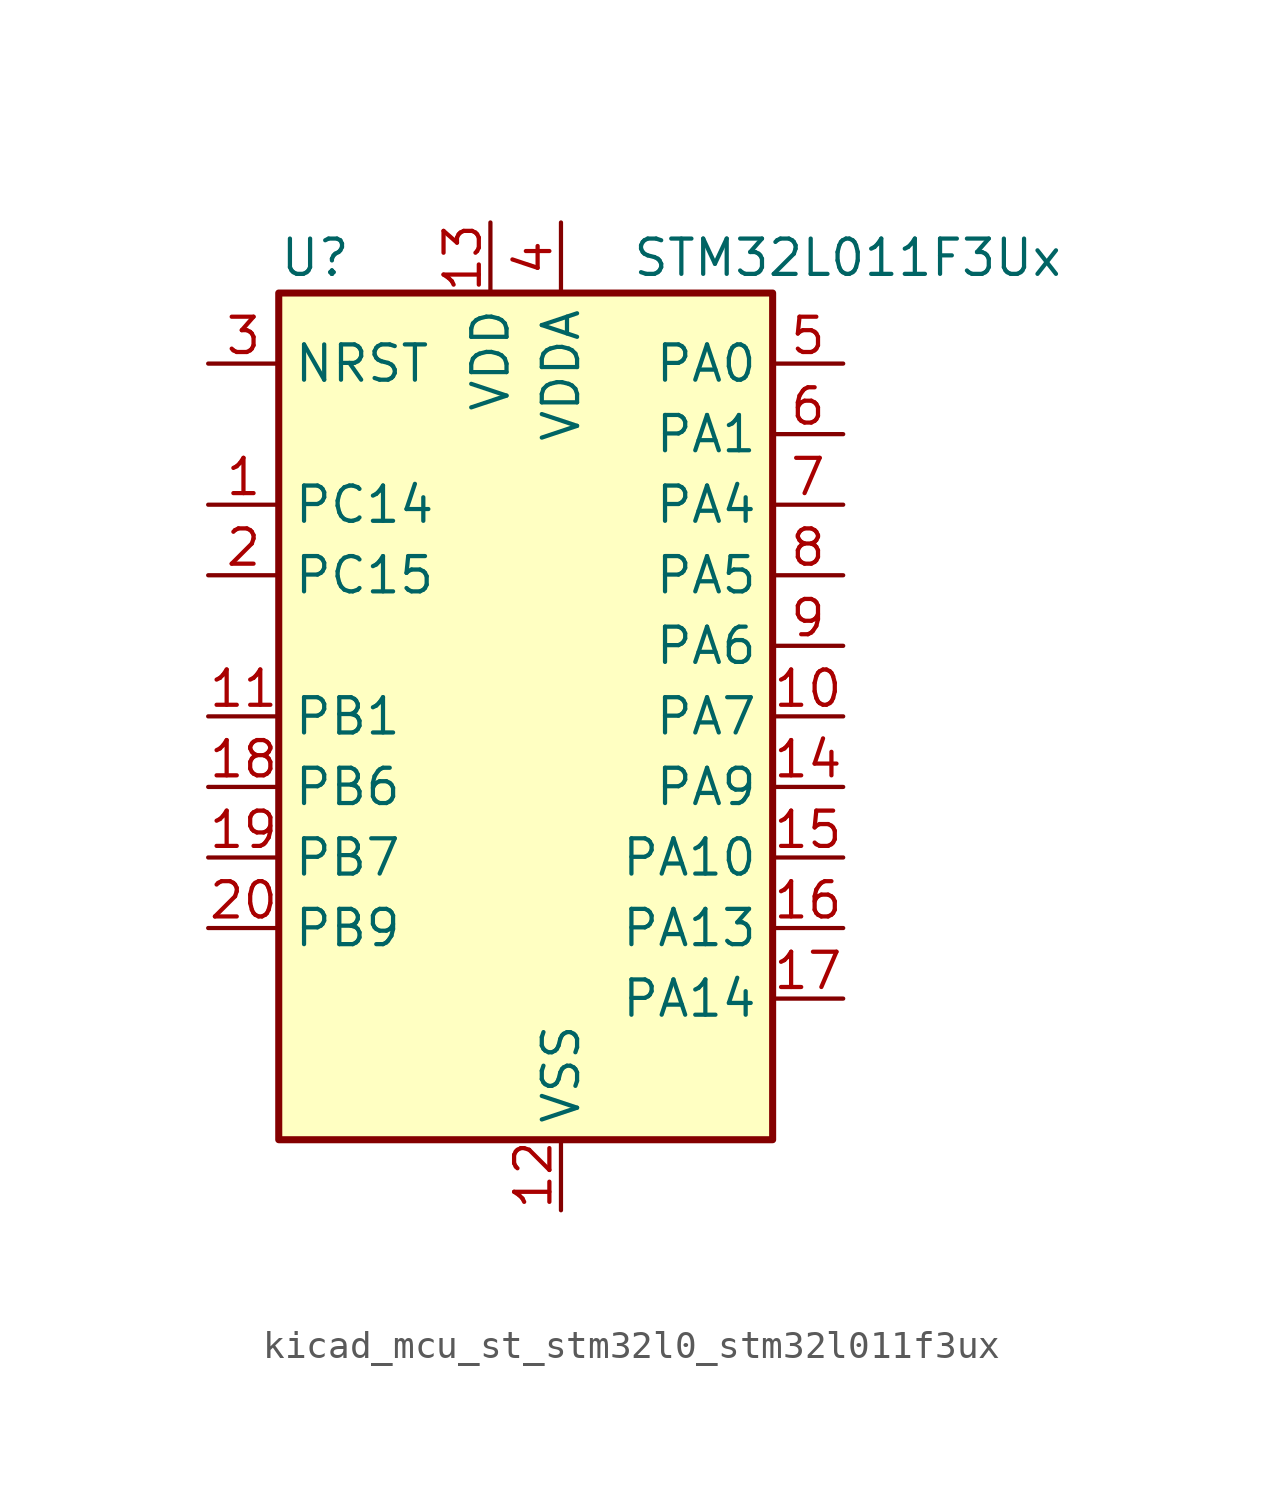
<source format=kicad_sym>
(kicad_symbol_lib
  (version 20220914)
  (generator kicad_symbol_editor)
  (symbol "kicad_mcu_st_stm32l0_stm32l011f3ux"
    (property "Reference" "U"
      (at -7.62 16.51 0)
      (effects (font (size 1.27 1.27)) (justify left)))
    (property "Value" "STM32L011F3Ux"
      (at 5.08 16.51 0)
      (effects (font (size 1.27 1.27)) (justify left)))
    (property "ki_locked" ""
      (at 0 0 0)
      (effects (font (size 1.27 1.27))))
    (symbol "kicad_mcu_st_stm32l0_stm32l011f3ux_0_1"
      (rectangle (start -7.62 -15.24) (end 10.16 15.24) (stroke (width 0.254) (type default)) (fill (type background))))
    (symbol "kicad_mcu_st_stm32l0_stm32l011f3ux_1_1"
      (pin bidirectional line (at -10.16 7.62 0) (length 2.54) (name "PC14" (effects (font (size 1.27 1.27)))) (number "1" (effects (font (size 1.27 1.27)))) (alternate "RCC_OSC32_IN" bidirectional line))
      (pin bidirectional line (at 12.7 0 180) (length 2.54) (name "PA7" (effects (font (size 1.27 1.27)))) (number "10" (effects (font (size 1.27 1.27)))) (alternate "ADC_IN7" bidirectional line) (alternate "COMP2_INP" bidirectional line) (alternate "COMP2_OUT" bidirectional line) (alternate "LPTIM1_OUT" bidirectional line) (alternate "SPI1_MOSI" bidirectional line) (alternate "TIM21_ETR" bidirectional line) (alternate "USART2_CTS" bidirectional line))
      (pin bidirectional line (at -10.16 0 0) (length 2.54) (name "PB1" (effects (font (size 1.27 1.27)))) (number "11" (effects (font (size 1.27 1.27)))) (alternate "ADC_IN9" bidirectional line) (alternate "LPTIM1_IN1" bidirectional line) (alternate "LPUART1_DE" bidirectional line) (alternate "LPUART1_RTS" bidirectional line) (alternate "SPI1_MOSI" bidirectional line) (alternate "SYS_VREF_OUT_PB1" bidirectional line) (alternate "TIM2_CH4" bidirectional line) (alternate "USART2_CK" bidirectional line))
      (pin power_in line (at 2.54 -17.78 90) (length 2.54) (name "VSS" (effects (font (size 1.27 1.27)))) (number "12" (effects (font (size 1.27 1.27)))))
      (pin power_in line (at 0 17.78 270) (length 2.54) (name "VDD" (effects (font (size 1.27 1.27)))) (number "13" (effects (font (size 1.27 1.27)))))
      (pin bidirectional line (at 12.7 -2.54 180) (length 2.54) (name "PA9" (effects (font (size 1.27 1.27)))) (number "14" (effects (font (size 1.27 1.27)))) (alternate "COMP1_OUT" bidirectional line) (alternate "I2C1_SCL" bidirectional line) (alternate "LPTIM1_OUT" bidirectional line) (alternate "RCC_MCO" bidirectional line) (alternate "TIM21_CH2" bidirectional line) (alternate "USART2_TX" bidirectional line))
      (pin bidirectional line (at 12.7 -5.08 180) (length 2.54) (name "PA10" (effects (font (size 1.27 1.27)))) (number "15" (effects (font (size 1.27 1.27)))) (alternate "COMP1_OUT" bidirectional line) (alternate "I2C1_SDA" bidirectional line) (alternate "RTC_REFIN" bidirectional line) (alternate "TIM21_CH1" bidirectional line) (alternate "TIM2_CH3" bidirectional line) (alternate "USART2_RX" bidirectional line))
      (pin bidirectional line (at 12.7 -7.62 180) (length 2.54) (name "PA13" (effects (font (size 1.27 1.27)))) (number "16" (effects (font (size 1.27 1.27)))) (alternate "COMP1_OUT" bidirectional line) (alternate "I2C1_SDA" bidirectional line) (alternate "LPTIM1_ETR" bidirectional line) (alternate "LPUART1_RX" bidirectional line) (alternate "SPI1_SCK" bidirectional line) (alternate "SYS_SWDIO" bidirectional line))
      (pin bidirectional line (at 12.7 -10.16 180) (length 2.54) (name "PA14" (effects (font (size 1.27 1.27)))) (number "17" (effects (font (size 1.27 1.27)))) (alternate "COMP2_OUT" bidirectional line) (alternate "I2C1_SMBA" bidirectional line) (alternate "LPTIM1_OUT" bidirectional line) (alternate "LPUART1_TX" bidirectional line) (alternate "SPI1_MISO" bidirectional line) (alternate "SYS_SWCLK" bidirectional line) (alternate "USART2_TX" bidirectional line))
      (pin bidirectional line (at -10.16 -2.54 0) (length 2.54) (name "PB6" (effects (font (size 1.27 1.27)))) (number "18" (effects (font (size 1.27 1.27)))) (alternate "COMP2_INP" bidirectional line) (alternate "I2C1_SCL" bidirectional line) (alternate "LPTIM1_ETR" bidirectional line) (alternate "LPUART1_TX" bidirectional line) (alternate "TIM2_CH3" bidirectional line) (alternate "USART2_TX" bidirectional line))
      (pin bidirectional line (at -10.16 -5.08 0) (length 2.54) (name "PB7" (effects (font (size 1.27 1.27)))) (number "19" (effects (font (size 1.27 1.27)))) (alternate "COMP2_INP" bidirectional line) (alternate "I2C1_SDA" bidirectional line) (alternate "LPTIM1_IN2" bidirectional line) (alternate "LPUART1_RX" bidirectional line) (alternate "SYS_PVD_IN" bidirectional line) (alternate "TIM2_CH4" bidirectional line) (alternate "USART2_RX" bidirectional line))
      (pin bidirectional line (at -10.16 5.08 0) (length 2.54) (name "PC15" (effects (font (size 1.27 1.27)))) (number "2" (effects (font (size 1.27 1.27)))) (alternate "RCC_OSC32_OUT" bidirectional line))
      (pin bidirectional line (at -10.16 -7.62 0) (length 2.54) (name "PB9" (effects (font (size 1.27 1.27)))) (number "20" (effects (font (size 1.27 1.27)))))
      (pin input line (at -10.16 12.7 0) (length 2.54) (name "NRST" (effects (font (size 1.27 1.27)))) (number "3" (effects (font (size 1.27 1.27)))))
      (pin power_in line (at 2.54 17.78 270) (length 2.54) (name "VDDA" (effects (font (size 1.27 1.27)))) (number "4" (effects (font (size 1.27 1.27)))))
      (pin bidirectional line (at 12.7 12.7 180) (length 2.54) (name "PA0" (effects (font (size 1.27 1.27)))) (number "5" (effects (font (size 1.27 1.27)))) (alternate "ADC_IN0" bidirectional line) (alternate "COMP1_INM" bidirectional line) (alternate "COMP1_OUT" bidirectional line) (alternate "LPTIM1_IN1" bidirectional line) (alternate "LPUART1_RX" bidirectional line) (alternate "RCC_CK_IN" bidirectional line) (alternate "RTC_TAMP2" bidirectional line) (alternate "SYS_WKUP1" bidirectional line) (alternate "TIM2_CH1" bidirectional line) (alternate "TIM2_ETR" bidirectional line) (alternate "USART2_CTS" bidirectional line) (alternate "USART2_RX" bidirectional line))
      (pin bidirectional line (at 12.7 10.16 180) (length 2.54) (name "PA1" (effects (font (size 1.27 1.27)))) (number "6" (effects (font (size 1.27 1.27)))) (alternate "ADC_IN1" bidirectional line) (alternate "COMP1_INP" bidirectional line) (alternate "I2C1_SMBA" bidirectional line) (alternate "LPTIM1_IN2" bidirectional line) (alternate "LPUART1_TX" bidirectional line) (alternate "TIM21_ETR" bidirectional line) (alternate "TIM2_CH2" bidirectional line) (alternate "USART2_DE" bidirectional line) (alternate "USART2_RTS" bidirectional line))
      (pin bidirectional line (at 12.7 7.62 180) (length 2.54) (name "PA4" (effects (font (size 1.27 1.27)))) (number "7" (effects (font (size 1.27 1.27)))) (alternate "ADC_IN4" bidirectional line) (alternate "COMP1_INM" bidirectional line) (alternate "COMP2_INM" bidirectional line) (alternate "COMP2_OUT" bidirectional line) (alternate "I2C1_SCL" bidirectional line) (alternate "LPTIM1_ETR" bidirectional line) (alternate "LPTIM1_IN1" bidirectional line) (alternate "LPUART1_TX" bidirectional line) (alternate "SPI1_NSS" bidirectional line) (alternate "TIM2_ETR" bidirectional line) (alternate "USART2_CK" bidirectional line))
      (pin bidirectional line (at 12.7 5.08 180) (length 2.54) (name "PA5" (effects (font (size 1.27 1.27)))) (number "8" (effects (font (size 1.27 1.27)))) (alternate "ADC_IN5" bidirectional line) (alternate "COMP1_INM" bidirectional line) (alternate "COMP2_INM" bidirectional line) (alternate "LPTIM1_IN2" bidirectional line) (alternate "SPI1_SCK" bidirectional line) (alternate "TIM2_CH1" bidirectional line) (alternate "TIM2_ETR" bidirectional line))
      (pin bidirectional line (at 12.7 2.54 180) (length 2.54) (name "PA6" (effects (font (size 1.27 1.27)))) (number "9" (effects (font (size 1.27 1.27)))) (alternate "ADC_IN6" bidirectional line) (alternate "COMP1_OUT" bidirectional line) (alternate "LPTIM1_ETR" bidirectional line) (alternate "LPUART1_CTS" bidirectional line) (alternate "SPI1_MISO" bidirectional line)))))
</source>
